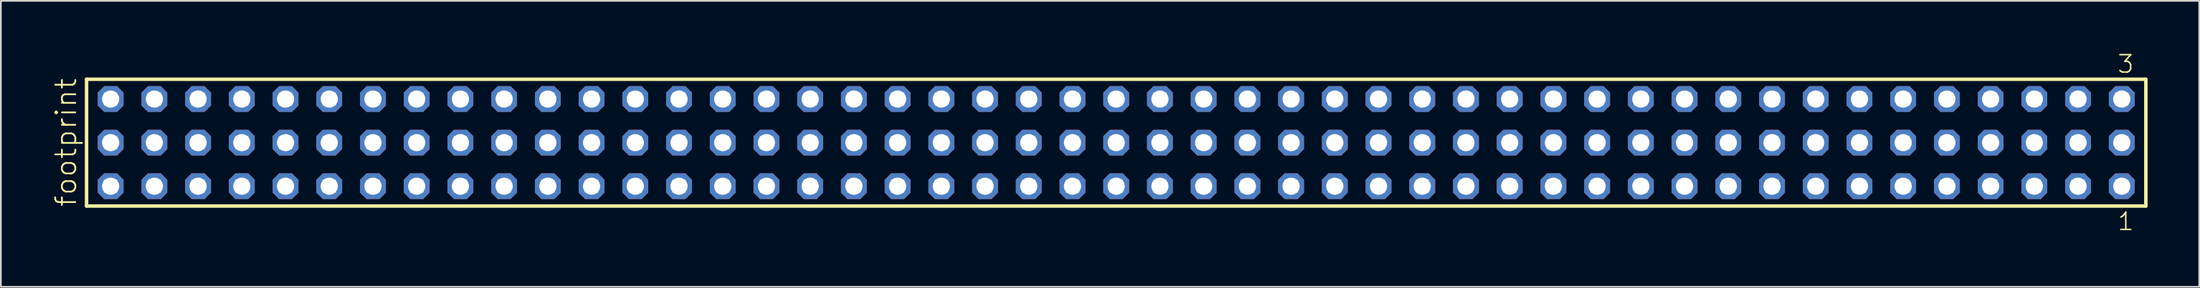
<source format=kicad_pcb>
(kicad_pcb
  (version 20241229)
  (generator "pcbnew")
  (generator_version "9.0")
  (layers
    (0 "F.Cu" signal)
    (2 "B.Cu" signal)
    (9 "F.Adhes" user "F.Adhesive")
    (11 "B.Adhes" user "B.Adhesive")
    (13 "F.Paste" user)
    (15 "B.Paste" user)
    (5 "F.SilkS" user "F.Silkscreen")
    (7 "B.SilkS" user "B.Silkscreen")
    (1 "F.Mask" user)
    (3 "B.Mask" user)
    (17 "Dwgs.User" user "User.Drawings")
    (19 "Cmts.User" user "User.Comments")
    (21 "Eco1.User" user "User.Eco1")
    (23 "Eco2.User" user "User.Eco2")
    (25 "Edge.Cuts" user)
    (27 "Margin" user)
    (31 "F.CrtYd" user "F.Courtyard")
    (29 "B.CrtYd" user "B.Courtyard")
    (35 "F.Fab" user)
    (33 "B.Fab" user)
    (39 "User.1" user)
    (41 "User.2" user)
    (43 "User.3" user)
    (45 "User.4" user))
  (footprint "footprint"
    (layer "F.Cu")
    (at 61.798 5.265)
    (property "Reference" "footprint" (at -60.325 3.81 90) (layer "F.SilkS") (effects (font (size 1.168 1.168) (thickness 0.102)) (justify left bottom)))
    (fp_line (start -59.819 -3.695) (end 59.819 -3.695) (stroke (width 0.203) (type solid)) (layer "F.SilkS"))
    (fp_line (start -59.819 3.695) (end -59.819 -3.695) (stroke (width 0.203) (type solid)) (layer "F.SilkS"))
    (fp_line (start 59.819 -3.695) (end 59.819 3.695) (stroke (width 0.203) (type solid)) (layer "F.SilkS"))
    (fp_line (start 59.819 3.695) (end -59.819 3.695) (stroke (width 0.203) (type solid)) (layer "F.SilkS"))
    (fp_poly (pts (xy -58.77 -2.19) (xy -58.07 -2.19) (xy -58.07 -2.89) (xy -58.77 -2.89)) (stroke (width 0.1) (type solid)) (fill no) (layer "F.Fab"))
    (fp_poly (pts (xy -58.77 0.35) (xy -58.07 0.35) (xy -58.07 -0.35) (xy -58.77 -0.35)) (stroke (width 0.1) (type solid)) (fill no) (layer "F.Fab"))
    (fp_poly (pts (xy -58.77 2.89) (xy -58.07 2.89) (xy -58.07 2.19) (xy -58.77 2.19)) (stroke (width 0.1) (type solid)) (fill no) (layer "F.Fab"))
    (fp_poly (pts (xy -56.23 -2.19) (xy -55.53 -2.19) (xy -55.53 -2.89) (xy -56.23 -2.89)) (stroke (width 0.1) (type solid)) (fill no) (layer "F.Fab"))
    (fp_poly (pts (xy -56.23 0.35) (xy -55.53 0.35) (xy -55.53 -0.35) (xy -56.23 -0.35)) (stroke (width 0.1) (type solid)) (fill no) (layer "F.Fab"))
    (fp_poly (pts (xy -56.23 2.89) (xy -55.53 2.89) (xy -55.53 2.19) (xy -56.23 2.19)) (stroke (width 0.1) (type solid)) (fill no) (layer "F.Fab"))
    (fp_poly (pts (xy -53.69 -2.19) (xy -52.99 -2.19) (xy -52.99 -2.89) (xy -53.69 -2.89)) (stroke (width 0.1) (type solid)) (fill no) (layer "F.Fab"))
    (fp_poly (pts (xy -53.69 0.35) (xy -52.99 0.35) (xy -52.99 -0.35) (xy -53.69 -0.35)) (stroke (width 0.1) (type solid)) (fill no) (layer "F.Fab"))
    (fp_poly (pts (xy -53.69 2.89) (xy -52.99 2.89) (xy -52.99 2.19) (xy -53.69 2.19)) (stroke (width 0.1) (type solid)) (fill no) (layer "F.Fab"))
    (fp_poly (pts (xy -51.15 -2.19) (xy -50.45 -2.19) (xy -50.45 -2.89) (xy -51.15 -2.89)) (stroke (width 0.1) (type solid)) (fill no) (layer "F.Fab"))
    (fp_poly (pts (xy -51.15 0.35) (xy -50.45 0.35) (xy -50.45 -0.35) (xy -51.15 -0.35)) (stroke (width 0.1) (type solid)) (fill no) (layer "F.Fab"))
    (fp_poly (pts (xy -51.15 2.89) (xy -50.45 2.89) (xy -50.45 2.19) (xy -51.15 2.19)) (stroke (width 0.1) (type solid)) (fill no) (layer "F.Fab"))
    (fp_poly (pts (xy -48.61 -2.19) (xy -47.91 -2.19) (xy -47.91 -2.89) (xy -48.61 -2.89)) (stroke (width 0.1) (type solid)) (fill no) (layer "F.Fab"))
    (fp_poly (pts (xy -48.61 0.35) (xy -47.91 0.35) (xy -47.91 -0.35) (xy -48.61 -0.35)) (stroke (width 0.1) (type solid)) (fill no) (layer "F.Fab"))
    (fp_poly (pts (xy -48.61 2.89) (xy -47.91 2.89) (xy -47.91 2.19) (xy -48.61 2.19)) (stroke (width 0.1) (type solid)) (fill no) (layer "F.Fab"))
    (fp_poly (pts (xy -46.07 -2.19) (xy -45.37 -2.19) (xy -45.37 -2.89) (xy -46.07 -2.89)) (stroke (width 0.1) (type solid)) (fill no) (layer "F.Fab"))
    (fp_poly (pts (xy -46.07 0.35) (xy -45.37 0.35) (xy -45.37 -0.35) (xy -46.07 -0.35)) (stroke (width 0.1) (type solid)) (fill no) (layer "F.Fab"))
    (fp_poly (pts (xy -46.07 2.89) (xy -45.37 2.89) (xy -45.37 2.19) (xy -46.07 2.19)) (stroke (width 0.1) (type solid)) (fill no) (layer "F.Fab"))
    (fp_poly (pts (xy -43.53 -2.19) (xy -42.83 -2.19) (xy -42.83 -2.89) (xy -43.53 -2.89)) (stroke (width 0.1) (type solid)) (fill no) (layer "F.Fab"))
    (fp_poly (pts (xy -43.53 0.35) (xy -42.83 0.35) (xy -42.83 -0.35) (xy -43.53 -0.35)) (stroke (width 0.1) (type solid)) (fill no) (layer "F.Fab"))
    (fp_poly (pts (xy -43.53 2.89) (xy -42.83 2.89) (xy -42.83 2.19) (xy -43.53 2.19)) (stroke (width 0.1) (type solid)) (fill no) (layer "F.Fab"))
    (fp_poly (pts (xy -40.99 -2.19) (xy -40.29 -2.19) (xy -40.29 -2.89) (xy -40.99 -2.89)) (stroke (width 0.1) (type solid)) (fill no) (layer "F.Fab"))
    (fp_poly (pts (xy -40.99 0.35) (xy -40.29 0.35) (xy -40.29 -0.35) (xy -40.99 -0.35)) (stroke (width 0.1) (type solid)) (fill no) (layer "F.Fab"))
    (fp_poly (pts (xy -40.99 2.89) (xy -40.29 2.89) (xy -40.29 2.19) (xy -40.99 2.19)) (stroke (width 0.1) (type solid)) (fill no) (layer "F.Fab"))
    (fp_poly (pts (xy -38.45 -2.19) (xy -37.75 -2.19) (xy -37.75 -2.89) (xy -38.45 -2.89)) (stroke (width 0.1) (type solid)) (fill no) (layer "F.Fab"))
    (fp_poly (pts (xy -38.45 0.35) (xy -37.75 0.35) (xy -37.75 -0.35) (xy -38.45 -0.35)) (stroke (width 0.1) (type solid)) (fill no) (layer "F.Fab"))
    (fp_poly (pts (xy -38.45 2.89) (xy -37.75 2.89) (xy -37.75 2.19) (xy -38.45 2.19)) (stroke (width 0.1) (type solid)) (fill no) (layer "F.Fab"))
    (fp_poly (pts (xy -35.91 -2.19) (xy -35.21 -2.19) (xy -35.21 -2.89) (xy -35.91 -2.89)) (stroke (width 0.1) (type solid)) (fill no) (layer "F.Fab"))
    (fp_poly (pts (xy -35.91 0.35) (xy -35.21 0.35) (xy -35.21 -0.35) (xy -35.91 -0.35)) (stroke (width 0.1) (type solid)) (fill no) (layer "F.Fab"))
    (fp_poly (pts (xy -35.91 2.89) (xy -35.21 2.89) (xy -35.21 2.19) (xy -35.91 2.19)) (stroke (width 0.1) (type solid)) (fill no) (layer "F.Fab"))
    (fp_poly (pts (xy -33.37 -2.19) (xy -32.67 -2.19) (xy -32.67 -2.89) (xy -33.37 -2.89)) (stroke (width 0.1) (type solid)) (fill no) (layer "F.Fab"))
    (fp_poly (pts (xy -33.37 0.35) (xy -32.67 0.35) (xy -32.67 -0.35) (xy -33.37 -0.35)) (stroke (width 0.1) (type solid)) (fill no) (layer "F.Fab"))
    (fp_poly (pts (xy -33.37 2.89) (xy -32.67 2.89) (xy -32.67 2.19) (xy -33.37 2.19)) (stroke (width 0.1) (type solid)) (fill no) (layer "F.Fab"))
    (fp_poly (pts (xy -30.83 -2.19) (xy -30.13 -2.19) (xy -30.13 -2.89) (xy -30.83 -2.89)) (stroke (width 0.1) (type solid)) (fill no) (layer "F.Fab"))
    (fp_poly (pts (xy -30.83 0.35) (xy -30.13 0.35) (xy -30.13 -0.35) (xy -30.83 -0.35)) (stroke (width 0.1) (type solid)) (fill no) (layer "F.Fab"))
    (fp_poly (pts (xy -30.83 2.89) (xy -30.13 2.89) (xy -30.13 2.19) (xy -30.83 2.19)) (stroke (width 0.1) (type solid)) (fill no) (layer "F.Fab"))
    (fp_poly (pts (xy -28.29 -2.19) (xy -27.59 -2.19) (xy -27.59 -2.89) (xy -28.29 -2.89)) (stroke (width 0.1) (type solid)) (fill no) (layer "F.Fab"))
    (fp_poly (pts (xy -28.29 0.35) (xy -27.59 0.35) (xy -27.59 -0.35) (xy -28.29 -0.35)) (stroke (width 0.1) (type solid)) (fill no) (layer "F.Fab"))
    (fp_poly (pts (xy -28.29 2.89) (xy -27.59 2.89) (xy -27.59 2.19) (xy -28.29 2.19)) (stroke (width 0.1) (type solid)) (fill no) (layer "F.Fab"))
    (fp_poly (pts (xy -25.75 -2.19) (xy -25.05 -2.19) (xy -25.05 -2.89) (xy -25.75 -2.89)) (stroke (width 0.1) (type solid)) (fill no) (layer "F.Fab"))
    (fp_poly (pts (xy -25.75 0.35) (xy -25.05 0.35) (xy -25.05 -0.35) (xy -25.75 -0.35)) (stroke (width 0.1) (type solid)) (fill no) (layer "F.Fab"))
    (fp_poly (pts (xy -25.75 2.89) (xy -25.05 2.89) (xy -25.05 2.19) (xy -25.75 2.19)) (stroke (width 0.1) (type solid)) (fill no) (layer "F.Fab"))
    (fp_poly (pts (xy -23.21 -2.19) (xy -22.51 -2.19) (xy -22.51 -2.89) (xy -23.21 -2.89)) (stroke (width 0.1) (type solid)) (fill no) (layer "F.Fab"))
    (fp_poly (pts (xy -23.21 0.35) (xy -22.51 0.35) (xy -22.51 -0.35) (xy -23.21 -0.35)) (stroke (width 0.1) (type solid)) (fill no) (layer "F.Fab"))
    (fp_poly (pts (xy -23.21 2.89) (xy -22.51 2.89) (xy -22.51 2.19) (xy -23.21 2.19)) (stroke (width 0.1) (type solid)) (fill no) (layer "F.Fab"))
    (fp_poly (pts (xy -20.67 -2.19) (xy -19.97 -2.19) (xy -19.97 -2.89) (xy -20.67 -2.89)) (stroke (width 0.1) (type solid)) (fill no) (layer "F.Fab"))
    (fp_poly (pts (xy -20.67 0.35) (xy -19.97 0.35) (xy -19.97 -0.35) (xy -20.67 -0.35)) (stroke (width 0.1) (type solid)) (fill no) (layer "F.Fab"))
    (fp_poly (pts (xy -20.67 2.89) (xy -19.97 2.89) (xy -19.97 2.19) (xy -20.67 2.19)) (stroke (width 0.1) (type solid)) (fill no) (layer "F.Fab"))
    (fp_poly (pts (xy -18.13 -2.19) (xy -17.43 -2.19) (xy -17.43 -2.89) (xy -18.13 -2.89)) (stroke (width 0.1) (type solid)) (fill no) (layer "F.Fab"))
    (fp_poly (pts (xy -18.13 0.35) (xy -17.43 0.35) (xy -17.43 -0.35) (xy -18.13 -0.35)) (stroke (width 0.1) (type solid)) (fill no) (layer "F.Fab"))
    (fp_poly (pts (xy -18.13 2.89) (xy -17.43 2.89) (xy -17.43 2.19) (xy -18.13 2.19)) (stroke (width 0.1) (type solid)) (fill no) (layer "F.Fab"))
    (fp_poly (pts (xy -15.59 -2.19) (xy -14.89 -2.19) (xy -14.89 -2.89) (xy -15.59 -2.89)) (stroke (width 0.1) (type solid)) (fill no) (layer "F.Fab"))
    (fp_poly (pts (xy -15.59 0.35) (xy -14.89 0.35) (xy -14.89 -0.35) (xy -15.59 -0.35)) (stroke (width 0.1) (type solid)) (fill no) (layer "F.Fab"))
    (fp_poly (pts (xy -15.59 2.89) (xy -14.89 2.89) (xy -14.89 2.19) (xy -15.59 2.19)) (stroke (width 0.1) (type solid)) (fill no) (layer "F.Fab"))
    (fp_poly (pts (xy -13.05 -2.19) (xy -12.35 -2.19) (xy -12.35 -2.89) (xy -13.05 -2.89)) (stroke (width 0.1) (type solid)) (fill no) (layer "F.Fab"))
    (fp_poly (pts (xy -13.05 0.35) (xy -12.35 0.35) (xy -12.35 -0.35) (xy -13.05 -0.35)) (stroke (width 0.1) (type solid)) (fill no) (layer "F.Fab"))
    (fp_poly (pts (xy -13.05 2.89) (xy -12.35 2.89) (xy -12.35 2.19) (xy -13.05 2.19)) (stroke (width 0.1) (type solid)) (fill no) (layer "F.Fab"))
    (fp_poly (pts (xy -10.51 -2.19) (xy -9.81 -2.19) (xy -9.81 -2.89) (xy -10.51 -2.89)) (stroke (width 0.1) (type solid)) (fill no) (layer "F.Fab"))
    (fp_poly (pts (xy -10.51 0.35) (xy -9.81 0.35) (xy -9.81 -0.35) (xy -10.51 -0.35)) (stroke (width 0.1) (type solid)) (fill no) (layer "F.Fab"))
    (fp_poly (pts (xy -10.51 2.89) (xy -9.81 2.89) (xy -9.81 2.19) (xy -10.51 2.19)) (stroke (width 0.1) (type solid)) (fill no) (layer "F.Fab"))
    (fp_poly (pts (xy -7.97 -2.19) (xy -7.27 -2.19) (xy -7.27 -2.89) (xy -7.97 -2.89)) (stroke (width 0.1) (type solid)) (fill no) (layer "F.Fab"))
    (fp_poly (pts (xy -7.97 0.35) (xy -7.27 0.35) (xy -7.27 -0.35) (xy -7.97 -0.35)) (stroke (width 0.1) (type solid)) (fill no) (layer "F.Fab"))
    (fp_poly (pts (xy -7.97 2.89) (xy -7.27 2.89) (xy -7.27 2.19) (xy -7.97 2.19)) (stroke (width 0.1) (type solid)) (fill no) (layer "F.Fab"))
    (fp_poly (pts (xy -5.43 -2.19) (xy -4.73 -2.19) (xy -4.73 -2.89) (xy -5.43 -2.89)) (stroke (width 0.1) (type solid)) (fill no) (layer "F.Fab"))
    (fp_poly (pts (xy -5.43 0.35) (xy -4.73 0.35) (xy -4.73 -0.35) (xy -5.43 -0.35)) (stroke (width 0.1) (type solid)) (fill no) (layer "F.Fab"))
    (fp_poly (pts (xy -5.43 2.89) (xy -4.73 2.89) (xy -4.73 2.19) (xy -5.43 2.19)) (stroke (width 0.1) (type solid)) (fill no) (layer "F.Fab"))
    (fp_poly (pts (xy -2.89 -2.19) (xy -2.19 -2.19) (xy -2.19 -2.89) (xy -2.89 -2.89)) (stroke (width 0.1) (type solid)) (fill no) (layer "F.Fab"))
    (fp_poly (pts (xy -2.89 0.35) (xy -2.19 0.35) (xy -2.19 -0.35) (xy -2.89 -0.35)) (stroke (width 0.1) (type solid)) (fill no) (layer "F.Fab"))
    (fp_poly (pts (xy -2.89 2.89) (xy -2.19 2.89) (xy -2.19 2.19) (xy -2.89 2.19)) (stroke (width 0.1) (type solid)) (fill no) (layer "F.Fab"))
    (fp_poly (pts (xy -0.35 -2.19) (xy 0.35 -2.19) (xy 0.35 -2.89) (xy -0.35 -2.89)) (stroke (width 0.1) (type solid)) (fill no) (layer "F.Fab"))
    (fp_poly (pts (xy -0.35 0.35) (xy 0.35 0.35) (xy 0.35 -0.35) (xy -0.35 -0.35)) (stroke (width 0.1) (type solid)) (fill no) (layer "F.Fab"))
    (fp_poly (pts (xy -0.35 2.89) (xy 0.35 2.89) (xy 0.35 2.19) (xy -0.35 2.19)) (stroke (width 0.1) (type solid)) (fill no) (layer "F.Fab"))
    (fp_poly (pts (xy 2.19 -2.19) (xy 2.89 -2.19) (xy 2.89 -2.89) (xy 2.19 -2.89)) (stroke (width 0.1) (type solid)) (fill no) (layer "F.Fab"))
    (fp_poly (pts (xy 2.19 0.35) (xy 2.89 0.35) (xy 2.89 -0.35) (xy 2.19 -0.35)) (stroke (width 0.1) (type solid)) (fill no) (layer "F.Fab"))
    (fp_poly (pts (xy 2.19 2.89) (xy 2.89 2.89) (xy 2.89 2.19) (xy 2.19 2.19)) (stroke (width 0.1) (type solid)) (fill no) (layer "F.Fab"))
    (fp_poly (pts (xy 4.73 -2.19) (xy 5.43 -2.19) (xy 5.43 -2.89) (xy 4.73 -2.89)) (stroke (width 0.1) (type solid)) (fill no) (layer "F.Fab"))
    (fp_poly (pts (xy 4.73 0.35) (xy 5.43 0.35) (xy 5.43 -0.35) (xy 4.73 -0.35)) (stroke (width 0.1) (type solid)) (fill no) (layer "F.Fab"))
    (fp_poly (pts (xy 4.73 2.89) (xy 5.43 2.89) (xy 5.43 2.19) (xy 4.73 2.19)) (stroke (width 0.1) (type solid)) (fill no) (layer "F.Fab"))
    (fp_poly (pts (xy 7.27 -2.19) (xy 7.97 -2.19) (xy 7.97 -2.89) (xy 7.27 -2.89)) (stroke (width 0.1) (type solid)) (fill no) (layer "F.Fab"))
    (fp_poly (pts (xy 7.27 0.35) (xy 7.97 0.35) (xy 7.97 -0.35) (xy 7.27 -0.35)) (stroke (width 0.1) (type solid)) (fill no) (layer "F.Fab"))
    (fp_poly (pts (xy 7.27 2.89) (xy 7.97 2.89) (xy 7.97 2.19) (xy 7.27 2.19)) (stroke (width 0.1) (type solid)) (fill no) (layer "F.Fab"))
    (fp_poly (pts (xy 9.81 -2.19) (xy 10.51 -2.19) (xy 10.51 -2.89) (xy 9.81 -2.89)) (stroke (width 0.1) (type solid)) (fill no) (layer "F.Fab"))
    (fp_poly (pts (xy 9.81 0.35) (xy 10.51 0.35) (xy 10.51 -0.35) (xy 9.81 -0.35)) (stroke (width 0.1) (type solid)) (fill no) (layer "F.Fab"))
    (fp_poly (pts (xy 9.81 2.89) (xy 10.51 2.89) (xy 10.51 2.19) (xy 9.81 2.19)) (stroke (width 0.1) (type solid)) (fill no) (layer "F.Fab"))
    (fp_poly (pts (xy 12.35 -2.19) (xy 13.05 -2.19) (xy 13.05 -2.89) (xy 12.35 -2.89)) (stroke (width 0.1) (type solid)) (fill no) (layer "F.Fab"))
    (fp_poly (pts (xy 12.35 0.35) (xy 13.05 0.35) (xy 13.05 -0.35) (xy 12.35 -0.35)) (stroke (width 0.1) (type solid)) (fill no) (layer "F.Fab"))
    (fp_poly (pts (xy 12.35 2.89) (xy 13.05 2.89) (xy 13.05 2.19) (xy 12.35 2.19)) (stroke (width 0.1) (type solid)) (fill no) (layer "F.Fab"))
    (fp_poly (pts (xy 14.89 -2.19) (xy 15.59 -2.19) (xy 15.59 -2.89) (xy 14.89 -2.89)) (stroke (width 0.1) (type solid)) (fill no) (layer "F.Fab"))
    (fp_poly (pts (xy 14.89 0.35) (xy 15.59 0.35) (xy 15.59 -0.35) (xy 14.89 -0.35)) (stroke (width 0.1) (type solid)) (fill no) (layer "F.Fab"))
    (fp_poly (pts (xy 14.89 2.89) (xy 15.59 2.89) (xy 15.59 2.19) (xy 14.89 2.19)) (stroke (width 0.1) (type solid)) (fill no) (layer "F.Fab"))
    (fp_poly (pts (xy 17.43 -2.19) (xy 18.13 -2.19) (xy 18.13 -2.89) (xy 17.43 -2.89)) (stroke (width 0.1) (type solid)) (fill no) (layer "F.Fab"))
    (fp_poly (pts (xy 17.43 0.35) (xy 18.13 0.35) (xy 18.13 -0.35) (xy 17.43 -0.35)) (stroke (width 0.1) (type solid)) (fill no) (layer "F.Fab"))
    (fp_poly (pts (xy 17.43 2.89) (xy 18.13 2.89) (xy 18.13 2.19) (xy 17.43 2.19)) (stroke (width 0.1) (type solid)) (fill no) (layer "F.Fab"))
    (fp_poly (pts (xy 19.97 -2.19) (xy 20.67 -2.19) (xy 20.67 -2.89) (xy 19.97 -2.89)) (stroke (width 0.1) (type solid)) (fill no) (layer "F.Fab"))
    (fp_poly (pts (xy 19.97 0.35) (xy 20.67 0.35) (xy 20.67 -0.35) (xy 19.97 -0.35)) (stroke (width 0.1) (type solid)) (fill no) (layer "F.Fab"))
    (fp_poly (pts (xy 19.97 2.89) (xy 20.67 2.89) (xy 20.67 2.19) (xy 19.97 2.19)) (stroke (width 0.1) (type solid)) (fill no) (layer "F.Fab"))
    (fp_poly (pts (xy 22.51 -2.19) (xy 23.21 -2.19) (xy 23.21 -2.89) (xy 22.51 -2.89)) (stroke (width 0.1) (type solid)) (fill no) (layer "F.Fab"))
    (fp_poly (pts (xy 22.51 0.35) (xy 23.21 0.35) (xy 23.21 -0.35) (xy 22.51 -0.35)) (stroke (width 0.1) (type solid)) (fill no) (layer "F.Fab"))
    (fp_poly (pts (xy 22.51 2.89) (xy 23.21 2.89) (xy 23.21 2.19) (xy 22.51 2.19)) (stroke (width 0.1) (type solid)) (fill no) (layer "F.Fab"))
    (fp_poly (pts (xy 25.05 -2.19) (xy 25.75 -2.19) (xy 25.75 -2.89) (xy 25.05 -2.89)) (stroke (width 0.1) (type solid)) (fill no) (layer "F.Fab"))
    (fp_poly (pts (xy 25.05 0.35) (xy 25.75 0.35) (xy 25.75 -0.35) (xy 25.05 -0.35)) (stroke (width 0.1) (type solid)) (fill no) (layer "F.Fab"))
    (fp_poly (pts (xy 25.05 2.89) (xy 25.75 2.89) (xy 25.75 2.19) (xy 25.05 2.19)) (stroke (width 0.1) (type solid)) (fill no) (layer "F.Fab"))
    (fp_poly (pts (xy 27.59 -2.19) (xy 28.29 -2.19) (xy 28.29 -2.89) (xy 27.59 -2.89)) (stroke (width 0.1) (type solid)) (fill no) (layer "F.Fab"))
    (fp_poly (pts (xy 27.59 0.35) (xy 28.29 0.35) (xy 28.29 -0.35) (xy 27.59 -0.35)) (stroke (width 0.1) (type solid)) (fill no) (layer "F.Fab"))
    (fp_poly (pts (xy 27.59 2.89) (xy 28.29 2.89) (xy 28.29 2.19) (xy 27.59 2.19)) (stroke (width 0.1) (type solid)) (fill no) (layer "F.Fab"))
    (fp_poly (pts (xy 30.13 -2.19) (xy 30.83 -2.19) (xy 30.83 -2.89) (xy 30.13 -2.89)) (stroke (width 0.1) (type solid)) (fill no) (layer "F.Fab"))
    (fp_poly (pts (xy 30.13 0.35) (xy 30.83 0.35) (xy 30.83 -0.35) (xy 30.13 -0.35)) (stroke (width 0.1) (type solid)) (fill no) (layer "F.Fab"))
    (fp_poly (pts (xy 30.13 2.89) (xy 30.83 2.89) (xy 30.83 2.19) (xy 30.13 2.19)) (stroke (width 0.1) (type solid)) (fill no) (layer "F.Fab"))
    (fp_poly (pts (xy 32.67 -2.19) (xy 33.37 -2.19) (xy 33.37 -2.89) (xy 32.67 -2.89)) (stroke (width 0.1) (type solid)) (fill no) (layer "F.Fab"))
    (fp_poly (pts (xy 32.67 0.35) (xy 33.37 0.35) (xy 33.37 -0.35) (xy 32.67 -0.35)) (stroke (width 0.1) (type solid)) (fill no) (layer "F.Fab"))
    (fp_poly (pts (xy 32.67 2.89) (xy 33.37 2.89) (xy 33.37 2.19) (xy 32.67 2.19)) (stroke (width 0.1) (type solid)) (fill no) (layer "F.Fab"))
    (fp_poly (pts (xy 35.21 -2.19) (xy 35.91 -2.19) (xy 35.91 -2.89) (xy 35.21 -2.89)) (stroke (width 0.1) (type solid)) (fill no) (layer "F.Fab"))
    (fp_poly (pts (xy 35.21 0.35) (xy 35.91 0.35) (xy 35.91 -0.35) (xy 35.21 -0.35)) (stroke (width 0.1) (type solid)) (fill no) (layer "F.Fab"))
    (fp_poly (pts (xy 35.21 2.89) (xy 35.91 2.89) (xy 35.91 2.19) (xy 35.21 2.19)) (stroke (width 0.1) (type solid)) (fill no) (layer "F.Fab"))
    (fp_poly (pts (xy 37.75 -2.19) (xy 38.45 -2.19) (xy 38.45 -2.89) (xy 37.75 -2.89)) (stroke (width 0.1) (type solid)) (fill no) (layer "F.Fab"))
    (fp_poly (pts (xy 37.75 0.35) (xy 38.45 0.35) (xy 38.45 -0.35) (xy 37.75 -0.35)) (stroke (width 0.1) (type solid)) (fill no) (layer "F.Fab"))
    (fp_poly (pts (xy 37.75 2.89) (xy 38.45 2.89) (xy 38.45 2.19) (xy 37.75 2.19)) (stroke (width 0.1) (type solid)) (fill no) (layer "F.Fab"))
    (fp_poly (pts (xy 40.29 -2.19) (xy 40.99 -2.19) (xy 40.99 -2.89) (xy 40.29 -2.89)) (stroke (width 0.1) (type solid)) (fill no) (layer "F.Fab"))
    (fp_poly (pts (xy 40.29 0.35) (xy 40.99 0.35) (xy 40.99 -0.35) (xy 40.29 -0.35)) (stroke (width 0.1) (type solid)) (fill no) (layer "F.Fab"))
    (fp_poly (pts (xy 40.29 2.89) (xy 40.99 2.89) (xy 40.99 2.19) (xy 40.29 2.19)) (stroke (width 0.1) (type solid)) (fill no) (layer "F.Fab"))
    (fp_poly (pts (xy 42.83 -2.19) (xy 43.53 -2.19) (xy 43.53 -2.89) (xy 42.83 -2.89)) (stroke (width 0.1) (type solid)) (fill no) (layer "F.Fab"))
    (fp_poly (pts (xy 42.83 0.35) (xy 43.53 0.35) (xy 43.53 -0.35) (xy 42.83 -0.35)) (stroke (width 0.1) (type solid)) (fill no) (layer "F.Fab"))
    (fp_poly (pts (xy 42.83 2.89) (xy 43.53 2.89) (xy 43.53 2.19) (xy 42.83 2.19)) (stroke (width 0.1) (type solid)) (fill no) (layer "F.Fab"))
    (fp_poly (pts (xy 45.37 -2.19) (xy 46.07 -2.19) (xy 46.07 -2.89) (xy 45.37 -2.89)) (stroke (width 0.1) (type solid)) (fill no) (layer "F.Fab"))
    (fp_poly (pts (xy 45.37 0.35) (xy 46.07 0.35) (xy 46.07 -0.35) (xy 45.37 -0.35)) (stroke (width 0.1) (type solid)) (fill no) (layer "F.Fab"))
    (fp_poly (pts (xy 45.37 2.89) (xy 46.07 2.89) (xy 46.07 2.19) (xy 45.37 2.19)) (stroke (width 0.1) (type solid)) (fill no) (layer "F.Fab"))
    (fp_poly (pts (xy 47.91 -2.19) (xy 48.61 -2.19) (xy 48.61 -2.89) (xy 47.91 -2.89)) (stroke (width 0.1) (type solid)) (fill no) (layer "F.Fab"))
    (fp_poly (pts (xy 47.91 0.35) (xy 48.61 0.35) (xy 48.61 -0.35) (xy 47.91 -0.35)) (stroke (width 0.1) (type solid)) (fill no) (layer "F.Fab"))
    (fp_poly (pts (xy 47.91 2.89) (xy 48.61 2.89) (xy 48.61 2.19) (xy 47.91 2.19)) (stroke (width 0.1) (type solid)) (fill no) (layer "F.Fab"))
    (fp_poly (pts (xy 50.45 -2.19) (xy 51.15 -2.19) (xy 51.15 -2.89) (xy 50.45 -2.89)) (stroke (width 0.1) (type solid)) (fill no) (layer "F.Fab"))
    (fp_poly (pts (xy 50.45 0.35) (xy 51.15 0.35) (xy 51.15 -0.35) (xy 50.45 -0.35)) (stroke (width 0.1) (type solid)) (fill no) (layer "F.Fab"))
    (fp_poly (pts (xy 50.45 2.89) (xy 51.15 2.89) (xy 51.15 2.19) (xy 50.45 2.19)) (stroke (width 0.1) (type solid)) (fill no) (layer "F.Fab"))
    (fp_poly (pts (xy 52.99 -2.19) (xy 53.69 -2.19) (xy 53.69 -2.89) (xy 52.99 -2.89)) (stroke (width 0.1) (type solid)) (fill no) (layer "F.Fab"))
    (fp_poly (pts (xy 52.99 0.35) (xy 53.69 0.35) (xy 53.69 -0.35) (xy 52.99 -0.35)) (stroke (width 0.1) (type solid)) (fill no) (layer "F.Fab"))
    (fp_poly (pts (xy 52.99 2.89) (xy 53.69 2.89) (xy 53.69 2.19) (xy 52.99 2.19)) (stroke (width 0.1) (type solid)) (fill no) (layer "F.Fab"))
    (fp_poly (pts (xy 55.53 -2.19) (xy 56.23 -2.19) (xy 56.23 -2.89) (xy 55.53 -2.89)) (stroke (width 0.1) (type solid)) (fill no) (layer "F.Fab"))
    (fp_poly (pts (xy 55.53 0.35) (xy 56.23 0.35) (xy 56.23 -0.35) (xy 55.53 -0.35)) (stroke (width 0.1) (type solid)) (fill no) (layer "F.Fab"))
    (fp_poly (pts (xy 55.53 2.89) (xy 56.23 2.89) (xy 56.23 2.19) (xy 55.53 2.19)) (stroke (width 0.1) (type solid)) (fill no) (layer "F.Fab"))
    (fp_poly (pts (xy 58.07 -2.19) (xy 58.77 -2.19) (xy 58.77 -2.89) (xy 58.07 -2.89)) (stroke (width 0.1) (type solid)) (fill no) (layer "F.Fab"))
    (fp_poly (pts (xy 58.07 0.35) (xy 58.77 0.35) (xy 58.77 -0.35) (xy 58.07 -0.35)) (stroke (width 0.1) (type solid)) (fill no) (layer "F.Fab"))
    (fp_poly (pts (xy 58.07 2.89) (xy 58.77 2.89) (xy 58.77 2.19) (xy 58.07 2.19)) (stroke (width 0.1) (type solid)) (fill no) (layer "F.Fab"))
    (fp_text user "1" (at 58.112 5.188 0) (layer "F.SilkS") (effects (font (size 1.012 1.012) (thickness 0.088)) (justify left bottom)))
    (fp_text user "3" (at 58.108 -3.989 0) (layer "F.SilkS") (effects (font (size 1.012 1.012) (thickness 0.088)) (justify left bottom)))
    (pad "1" thru_hole roundrect (at 58.42 2.54 180) (size 1.5 1.5) (drill 1) (layers "*.Cu" "*.Mask") (roundrect_rratio 0.25) (chamfer_ratio 0.25) (chamfer top_left top_right bottom_left bottom_right))
    (pad "2" thru_hole roundrect (at 58.42 0 180) (size 1.5 1.5) (drill 1) (layers "*.Cu" "*.Mask") (roundrect_rratio 0.25) (chamfer_ratio 0.25) (chamfer top_left top_right bottom_left bottom_right))
    (pad "3" thru_hole roundrect (at 58.42 -2.54 180) (size 1.5 1.5) (drill 1) (layers "*.Cu" "*.Mask") (roundrect_rratio 0.25) (chamfer_ratio 0.25) (chamfer top_left top_right bottom_left bottom_right))
    (pad "4" thru_hole roundrect (at 55.88 2.54 180) (size 1.5 1.5) (drill 1) (layers "*.Cu" "*.Mask") (roundrect_rratio 0.25) (chamfer_ratio 0.25) (chamfer top_left top_right bottom_left bottom_right))
    (pad "5" thru_hole roundrect (at 55.88 0 180) (size 1.5 1.5) (drill 1) (layers "*.Cu" "*.Mask") (roundrect_rratio 0.25) (chamfer_ratio 0.25) (chamfer top_left top_right bottom_left bottom_right))
    (pad "6" thru_hole roundrect (at 55.88 -2.54 180) (size 1.5 1.5) (drill 1) (layers "*.Cu" "*.Mask") (roundrect_rratio 0.25) (chamfer_ratio 0.25) (chamfer top_left top_right bottom_left bottom_right))
    (pad "7" thru_hole roundrect (at 53.34 2.54 180) (size 1.5 1.5) (drill 1) (layers "*.Cu" "*.Mask") (roundrect_rratio 0.25) (chamfer_ratio 0.25) (chamfer top_left top_right bottom_left bottom_right))
    (pad "8" thru_hole roundrect (at 53.34 0 180) (size 1.5 1.5) (drill 1) (layers "*.Cu" "*.Mask") (roundrect_rratio 0.25) (chamfer_ratio 0.25) (chamfer top_left top_right bottom_left bottom_right))
    (pad "9" thru_hole roundrect (at 53.34 -2.54 180) (size 1.5 1.5) (drill 1) (layers "*.Cu" "*.Mask") (roundrect_rratio 0.25) (chamfer_ratio 0.25) (chamfer top_left top_right bottom_left bottom_right))
    (pad "10" thru_hole roundrect (at 50.8 2.54 180) (size 1.5 1.5) (drill 1) (layers "*.Cu" "*.Mask") (roundrect_rratio 0.25) (chamfer_ratio 0.25) (chamfer top_left top_right bottom_left bottom_right))
    (pad "11" thru_hole roundrect (at 50.8 0 180) (size 1.5 1.5) (drill 1) (layers "*.Cu" "*.Mask") (roundrect_rratio 0.25) (chamfer_ratio 0.25) (chamfer top_left top_right bottom_left bottom_right))
    (pad "12" thru_hole roundrect (at 50.8 -2.54 180) (size 1.5 1.5) (drill 1) (layers "*.Cu" "*.Mask") (roundrect_rratio 0.25) (chamfer_ratio 0.25) (chamfer top_left top_right bottom_left bottom_right))
    (pad "13" thru_hole roundrect (at 48.26 2.54 180) (size 1.5 1.5) (drill 1) (layers "*.Cu" "*.Mask") (roundrect_rratio 0.25) (chamfer_ratio 0.25) (chamfer top_left top_right bottom_left bottom_right))
    (pad "14" thru_hole roundrect (at 48.26 0 180) (size 1.5 1.5) (drill 1) (layers "*.Cu" "*.Mask") (roundrect_rratio 0.25) (chamfer_ratio 0.25) (chamfer top_left top_right bottom_left bottom_right))
    (pad "15" thru_hole roundrect (at 48.26 -2.54 180) (size 1.5 1.5) (drill 1) (layers "*.Cu" "*.Mask") (roundrect_rratio 0.25) (chamfer_ratio 0.25) (chamfer top_left top_right bottom_left bottom_right))
    (pad "16" thru_hole roundrect (at 45.72 2.54 180) (size 1.5 1.5) (drill 1) (layers "*.Cu" "*.Mask") (roundrect_rratio 0.25) (chamfer_ratio 0.25) (chamfer top_left top_right bottom_left bottom_right))
    (pad "17" thru_hole roundrect (at 45.72 0 180) (size 1.5 1.5) (drill 1) (layers "*.Cu" "*.Mask") (roundrect_rratio 0.25) (chamfer_ratio 0.25) (chamfer top_left top_right bottom_left bottom_right))
    (pad "18" thru_hole roundrect (at 45.72 -2.54 180) (size 1.5 1.5) (drill 1) (layers "*.Cu" "*.Mask") (roundrect_rratio 0.25) (chamfer_ratio 0.25) (chamfer top_left top_right bottom_left bottom_right))
    (pad "19" thru_hole roundrect (at 43.18 2.54 180) (size 1.5 1.5) (drill 1) (layers "*.Cu" "*.Mask") (roundrect_rratio 0.25) (chamfer_ratio 0.25) (chamfer top_left top_right bottom_left bottom_right))
    (pad "20" thru_hole roundrect (at 43.18 0 180) (size 1.5 1.5) (drill 1) (layers "*.Cu" "*.Mask") (roundrect_rratio 0.25) (chamfer_ratio 0.25) (chamfer top_left top_right bottom_left bottom_right))
    (pad "21" thru_hole roundrect (at 43.18 -2.54 180) (size 1.5 1.5) (drill 1) (layers "*.Cu" "*.Mask") (roundrect_rratio 0.25) (chamfer_ratio 0.25) (chamfer top_left top_right bottom_left bottom_right))
    (pad "22" thru_hole roundrect (at 40.64 2.54 180) (size 1.5 1.5) (drill 1) (layers "*.Cu" "*.Mask") (roundrect_rratio 0.25) (chamfer_ratio 0.25) (chamfer top_left top_right bottom_left bottom_right))
    (pad "23" thru_hole roundrect (at 40.64 0 180) (size 1.5 1.5) (drill 1) (layers "*.Cu" "*.Mask") (roundrect_rratio 0.25) (chamfer_ratio 0.25) (chamfer top_left top_right bottom_left bottom_right))
    (pad "24" thru_hole roundrect (at 40.64 -2.54 180) (size 1.5 1.5) (drill 1) (layers "*.Cu" "*.Mask") (roundrect_rratio 0.25) (chamfer_ratio 0.25) (chamfer top_left top_right bottom_left bottom_right))
    (pad "25" thru_hole roundrect (at 38.1 2.54 180) (size 1.5 1.5) (drill 1) (layers "*.Cu" "*.Mask") (roundrect_rratio 0.25) (chamfer_ratio 0.25) (chamfer top_left top_right bottom_left bottom_right))
    (pad "26" thru_hole roundrect (at 38.1 0 180) (size 1.5 1.5) (drill 1) (layers "*.Cu" "*.Mask") (roundrect_rratio 0.25) (chamfer_ratio 0.25) (chamfer top_left top_right bottom_left bottom_right))
    (pad "27" thru_hole roundrect (at 38.1 -2.54 180) (size 1.5 1.5) (drill 1) (layers "*.Cu" "*.Mask") (roundrect_rratio 0.25) (chamfer_ratio 0.25) (chamfer top_left top_right bottom_left bottom_right))
    (pad "28" thru_hole roundrect (at 35.56 2.54 180) (size 1.5 1.5) (drill 1) (layers "*.Cu" "*.Mask") (roundrect_rratio 0.25) (chamfer_ratio 0.25) (chamfer top_left top_right bottom_left bottom_right))
    (pad "29" thru_hole roundrect (at 35.56 0 180) (size 1.5 1.5) (drill 1) (layers "*.Cu" "*.Mask") (roundrect_rratio 0.25) (chamfer_ratio 0.25) (chamfer top_left top_right bottom_left bottom_right))
    (pad "30" thru_hole roundrect (at 35.56 -2.54 180) (size 1.5 1.5) (drill 1) (layers "*.Cu" "*.Mask") (roundrect_rratio 0.25) (chamfer_ratio 0.25) (chamfer top_left top_right bottom_left bottom_right))
    (pad "31" thru_hole roundrect (at 33.02 2.54 180) (size 1.5 1.5) (drill 1) (layers "*.Cu" "*.Mask") (roundrect_rratio 0.25) (chamfer_ratio 0.25) (chamfer top_left top_right bottom_left bottom_right))
    (pad "32" thru_hole roundrect (at 33.02 0 180) (size 1.5 1.5) (drill 1) (layers "*.Cu" "*.Mask") (roundrect_rratio 0.25) (chamfer_ratio 0.25) (chamfer top_left top_right bottom_left bottom_right))
    (pad "33" thru_hole roundrect (at 33.02 -2.54 180) (size 1.5 1.5) (drill 1) (layers "*.Cu" "*.Mask") (roundrect_rratio 0.25) (chamfer_ratio 0.25) (chamfer top_left top_right bottom_left bottom_right))
    (pad "34" thru_hole roundrect (at 30.48 2.54 180) (size 1.5 1.5) (drill 1) (layers "*.Cu" "*.Mask") (roundrect_rratio 0.25) (chamfer_ratio 0.25) (chamfer top_left top_right bottom_left bottom_right))
    (pad "35" thru_hole roundrect (at 30.48 0 180) (size 1.5 1.5) (drill 1) (layers "*.Cu" "*.Mask") (roundrect_rratio 0.25) (chamfer_ratio 0.25) (chamfer top_left top_right bottom_left bottom_right))
    (pad "36" thru_hole roundrect (at 30.48 -2.54 180) (size 1.5 1.5) (drill 1) (layers "*.Cu" "*.Mask") (roundrect_rratio 0.25) (chamfer_ratio 0.25) (chamfer top_left top_right bottom_left bottom_right))
    (pad "37" thru_hole roundrect (at 27.94 2.54 180) (size 1.5 1.5) (drill 1) (layers "*.Cu" "*.Mask") (roundrect_rratio 0.25) (chamfer_ratio 0.25) (chamfer top_left top_right bottom_left bottom_right))
    (pad "38" thru_hole roundrect (at 27.94 0 180) (size 1.5 1.5) (drill 1) (layers "*.Cu" "*.Mask") (roundrect_rratio 0.25) (chamfer_ratio 0.25) (chamfer top_left top_right bottom_left bottom_right))
    (pad "39" thru_hole roundrect (at 27.94 -2.54 180) (size 1.5 1.5) (drill 1) (layers "*.Cu" "*.Mask") (roundrect_rratio 0.25) (chamfer_ratio 0.25) (chamfer top_left top_right bottom_left bottom_right))
    (pad "40" thru_hole roundrect (at 25.4 2.54 180) (size 1.5 1.5) (drill 1) (layers "*.Cu" "*.Mask") (roundrect_rratio 0.25) (chamfer_ratio 0.25) (chamfer top_left top_right bottom_left bottom_right))
    (pad "41" thru_hole roundrect (at 25.4 0 180) (size 1.5 1.5) (drill 1) (layers "*.Cu" "*.Mask") (roundrect_rratio 0.25) (chamfer_ratio 0.25) (chamfer top_left top_right bottom_left bottom_right))
    (pad "42" thru_hole roundrect (at 25.4 -2.54 180) (size 1.5 1.5) (drill 1) (layers "*.Cu" "*.Mask") (roundrect_rratio 0.25) (chamfer_ratio 0.25) (chamfer top_left top_right bottom_left bottom_right))
    (pad "43" thru_hole roundrect (at 22.86 2.54 180) (size 1.5 1.5) (drill 1) (layers "*.Cu" "*.Mask") (roundrect_rratio 0.25) (chamfer_ratio 0.25) (chamfer top_left top_right bottom_left bottom_right))
    (pad "44" thru_hole roundrect (at 22.86 0 180) (size 1.5 1.5) (drill 1) (layers "*.Cu" "*.Mask") (roundrect_rratio 0.25) (chamfer_ratio 0.25) (chamfer top_left top_right bottom_left bottom_right))
    (pad "45" thru_hole roundrect (at 22.86 -2.54 180) (size 1.5 1.5) (drill 1) (layers "*.Cu" "*.Mask") (roundrect_rratio 0.25) (chamfer_ratio 0.25) (chamfer top_left top_right bottom_left bottom_right))
    (pad "46" thru_hole roundrect (at 20.32 2.54 180) (size 1.5 1.5) (drill 1) (layers "*.Cu" "*.Mask") (roundrect_rratio 0.25) (chamfer_ratio 0.25) (chamfer top_left top_right bottom_left bottom_right))
    (pad "47" thru_hole roundrect (at 20.32 0 180) (size 1.5 1.5) (drill 1) (layers "*.Cu" "*.Mask") (roundrect_rratio 0.25) (chamfer_ratio 0.25) (chamfer top_left top_right bottom_left bottom_right))
    (pad "48" thru_hole roundrect (at 20.32 -2.54 180) (size 1.5 1.5) (drill 1) (layers "*.Cu" "*.Mask") (roundrect_rratio 0.25) (chamfer_ratio 0.25) (chamfer top_left top_right bottom_left bottom_right))
    (pad "49" thru_hole roundrect (at 17.78 2.54 180) (size 1.5 1.5) (drill 1) (layers "*.Cu" "*.Mask") (roundrect_rratio 0.25) (chamfer_ratio 0.25) (chamfer top_left top_right bottom_left bottom_right))
    (pad "50" thru_hole roundrect (at 17.78 0 180) (size 1.5 1.5) (drill 1) (layers "*.Cu" "*.Mask") (roundrect_rratio 0.25) (chamfer_ratio 0.25) (chamfer top_left top_right bottom_left bottom_right))
    (pad "51" thru_hole roundrect (at 17.78 -2.54 180) (size 1.5 1.5) (drill 1) (layers "*.Cu" "*.Mask") (roundrect_rratio 0.25) (chamfer_ratio 0.25) (chamfer top_left top_right bottom_left bottom_right))
    (pad "52" thru_hole roundrect (at 15.24 2.54 180) (size 1.5 1.5) (drill 1) (layers "*.Cu" "*.Mask") (roundrect_rratio 0.25) (chamfer_ratio 0.25) (chamfer top_left top_right bottom_left bottom_right))
    (pad "53" thru_hole roundrect (at 15.24 0 180) (size 1.5 1.5) (drill 1) (layers "*.Cu" "*.Mask") (roundrect_rratio 0.25) (chamfer_ratio 0.25) (chamfer top_left top_right bottom_left bottom_right))
    (pad "54" thru_hole roundrect (at 15.24 -2.54 180) (size 1.5 1.5) (drill 1) (layers "*.Cu" "*.Mask") (roundrect_rratio 0.25) (chamfer_ratio 0.25) (chamfer top_left top_right bottom_left bottom_right))
    (pad "55" thru_hole roundrect (at 12.7 2.54 180) (size 1.5 1.5) (drill 1) (layers "*.Cu" "*.Mask") (roundrect_rratio 0.25) (chamfer_ratio 0.25) (chamfer top_left top_right bottom_left bottom_right))
    (pad "56" thru_hole roundrect (at 12.7 0 180) (size 1.5 1.5) (drill 1) (layers "*.Cu" "*.Mask") (roundrect_rratio 0.25) (chamfer_ratio 0.25) (chamfer top_left top_right bottom_left bottom_right))
    (pad "57" thru_hole roundrect (at 12.7 -2.54 180) (size 1.5 1.5) (drill 1) (layers "*.Cu" "*.Mask") (roundrect_rratio 0.25) (chamfer_ratio 0.25) (chamfer top_left top_right bottom_left bottom_right))
    (pad "58" thru_hole roundrect (at 10.16 2.54 180) (size 1.5 1.5) (drill 1) (layers "*.Cu" "*.Mask") (roundrect_rratio 0.25) (chamfer_ratio 0.25) (chamfer top_left top_right bottom_left bottom_right))
    (pad "59" thru_hole roundrect (at 10.16 0 180) (size 1.5 1.5) (drill 1) (layers "*.Cu" "*.Mask") (roundrect_rratio 0.25) (chamfer_ratio 0.25) (chamfer top_left top_right bottom_left bottom_right))
    (pad "60" thru_hole roundrect (at 10.16 -2.54 180) (size 1.5 1.5) (drill 1) (layers "*.Cu" "*.Mask") (roundrect_rratio 0.25) (chamfer_ratio 0.25) (chamfer top_left top_right bottom_left bottom_right))
    (pad "61" thru_hole roundrect (at 7.62 2.54 180) (size 1.5 1.5) (drill 1) (layers "*.Cu" "*.Mask") (roundrect_rratio 0.25) (chamfer_ratio 0.25) (chamfer top_left top_right bottom_left bottom_right))
    (pad "62" thru_hole roundrect (at 7.62 0 180) (size 1.5 1.5) (drill 1) (layers "*.Cu" "*.Mask") (roundrect_rratio 0.25) (chamfer_ratio 0.25) (chamfer top_left top_right bottom_left bottom_right))
    (pad "63" thru_hole roundrect (at 7.62 -2.54 180) (size 1.5 1.5) (drill 1) (layers "*.Cu" "*.Mask") (roundrect_rratio 0.25) (chamfer_ratio 0.25) (chamfer top_left top_right bottom_left bottom_right))
    (pad "64" thru_hole roundrect (at 5.08 2.54 180) (size 1.5 1.5) (drill 1) (layers "*.Cu" "*.Mask") (roundrect_rratio 0.25) (chamfer_ratio 0.25) (chamfer top_left top_right bottom_left bottom_right))
    (pad "65" thru_hole roundrect (at 5.08 0 180) (size 1.5 1.5) (drill 1) (layers "*.Cu" "*.Mask") (roundrect_rratio 0.25) (chamfer_ratio 0.25) (chamfer top_left top_right bottom_left bottom_right))
    (pad "66" thru_hole roundrect (at 5.08 -2.54 180) (size 1.5 1.5) (drill 1) (layers "*.Cu" "*.Mask") (roundrect_rratio 0.25) (chamfer_ratio 0.25) (chamfer top_left top_right bottom_left bottom_right))
    (pad "67" thru_hole roundrect (at 2.54 2.54 180) (size 1.5 1.5) (drill 1) (layers "*.Cu" "*.Mask") (roundrect_rratio 0.25) (chamfer_ratio 0.25) (chamfer top_left top_right bottom_left bottom_right))
    (pad "68" thru_hole roundrect (at 2.54 0 180) (size 1.5 1.5) (drill 1) (layers "*.Cu" "*.Mask") (roundrect_rratio 0.25) (chamfer_ratio 0.25) (chamfer top_left top_right bottom_left bottom_right))
    (pad "69" thru_hole roundrect (at 2.54 -2.54 180) (size 1.5 1.5) (drill 1) (layers "*.Cu" "*.Mask") (roundrect_rratio 0.25) (chamfer_ratio 0.25) (chamfer top_left top_right bottom_left bottom_right))
    (pad "70" thru_hole roundrect (at 0 2.54 180) (size 1.5 1.5) (drill 1) (layers "*.Cu" "*.Mask") (roundrect_rratio 0.25) (chamfer_ratio 0.25) (chamfer top_left top_right bottom_left bottom_right))
    (pad "71" thru_hole roundrect (at 0 0 180) (size 1.5 1.5) (drill 1) (layers "*.Cu" "*.Mask") (roundrect_rratio 0.25) (chamfer_ratio 0.25) (chamfer top_left top_right bottom_left bottom_right))
    (pad "72" thru_hole roundrect (at 0 -2.54 180) (size 1.5 1.5) (drill 1) (layers "*.Cu" "*.Mask") (roundrect_rratio 0.25) (chamfer_ratio 0.25) (chamfer top_left top_right bottom_left bottom_right))
    (pad "73" thru_hole roundrect (at -2.54 2.54 180) (size 1.5 1.5) (drill 1) (layers "*.Cu" "*.Mask") (roundrect_rratio 0.25) (chamfer_ratio 0.25) (chamfer top_left top_right bottom_left bottom_right))
    (pad "74" thru_hole roundrect (at -2.54 0 180) (size 1.5 1.5) (drill 1) (layers "*.Cu" "*.Mask") (roundrect_rratio 0.25) (chamfer_ratio 0.25) (chamfer top_left top_right bottom_left bottom_right))
    (pad "75" thru_hole roundrect (at -2.54 -2.54 180) (size 1.5 1.5) (drill 1) (layers "*.Cu" "*.Mask") (roundrect_rratio 0.25) (chamfer_ratio 0.25) (chamfer top_left top_right bottom_left bottom_right))
    (pad "76" thru_hole roundrect (at -5.08 2.54 180) (size 1.5 1.5) (drill 1) (layers "*.Cu" "*.Mask") (roundrect_rratio 0.25) (chamfer_ratio 0.25) (chamfer top_left top_right bottom_left bottom_right))
    (pad "77" thru_hole roundrect (at -5.08 0 180) (size 1.5 1.5) (drill 1) (layers "*.Cu" "*.Mask") (roundrect_rratio 0.25) (chamfer_ratio 0.25) (chamfer top_left top_right bottom_left bottom_right))
    (pad "78" thru_hole roundrect (at -5.08 -2.54 180) (size 1.5 1.5) (drill 1) (layers "*.Cu" "*.Mask") (roundrect_rratio 0.25) (chamfer_ratio 0.25) (chamfer top_left top_right bottom_left bottom_right))
    (pad "79" thru_hole roundrect (at -7.62 2.54 180) (size 1.5 1.5) (drill 1) (layers "*.Cu" "*.Mask") (roundrect_rratio 0.25) (chamfer_ratio 0.25) (chamfer top_left top_right bottom_left bottom_right))
    (pad "80" thru_hole roundrect (at -7.62 0 180) (size 1.5 1.5) (drill 1) (layers "*.Cu" "*.Mask") (roundrect_rratio 0.25) (chamfer_ratio 0.25) (chamfer top_left top_right bottom_left bottom_right))
    (pad "81" thru_hole roundrect (at -7.62 -2.54 180) (size 1.5 1.5) (drill 1) (layers "*.Cu" "*.Mask") (roundrect_rratio 0.25) (chamfer_ratio 0.25) (chamfer top_left top_right bottom_left bottom_right))
    (pad "82" thru_hole roundrect (at -10.16 2.54 180) (size 1.5 1.5) (drill 1) (layers "*.Cu" "*.Mask") (roundrect_rratio 0.25) (chamfer_ratio 0.25) (chamfer top_left top_right bottom_left bottom_right))
    (pad "83" thru_hole roundrect (at -10.16 0 180) (size 1.5 1.5) (drill 1) (layers "*.Cu" "*.Mask") (roundrect_rratio 0.25) (chamfer_ratio 0.25) (chamfer top_left top_right bottom_left bottom_right))
    (pad "84" thru_hole roundrect (at -10.16 -2.54 180) (size 1.5 1.5) (drill 1) (layers "*.Cu" "*.Mask") (roundrect_rratio 0.25) (chamfer_ratio 0.25) (chamfer top_left top_right bottom_left bottom_right))
    (pad "85" thru_hole roundrect (at -12.7 2.54 180) (size 1.5 1.5) (drill 1) (layers "*.Cu" "*.Mask") (roundrect_rratio 0.25) (chamfer_ratio 0.25) (chamfer top_left top_right bottom_left bottom_right))
    (pad "86" thru_hole roundrect (at -12.7 0 180) (size 1.5 1.5) (drill 1) (layers "*.Cu" "*.Mask") (roundrect_rratio 0.25) (chamfer_ratio 0.25) (chamfer top_left top_right bottom_left bottom_right))
    (pad "87" thru_hole roundrect (at -12.7 -2.54 180) (size 1.5 1.5) (drill 1) (layers "*.Cu" "*.Mask") (roundrect_rratio 0.25) (chamfer_ratio 0.25) (chamfer top_left top_right bottom_left bottom_right))
    (pad "88" thru_hole roundrect (at -15.24 2.54 180) (size 1.5 1.5) (drill 1) (layers "*.Cu" "*.Mask") (roundrect_rratio 0.25) (chamfer_ratio 0.25) (chamfer top_left top_right bottom_left bottom_right))
    (pad "89" thru_hole roundrect (at -15.24 0 180) (size 1.5 1.5) (drill 1) (layers "*.Cu" "*.Mask") (roundrect_rratio 0.25) (chamfer_ratio 0.25) (chamfer top_left top_right bottom_left bottom_right))
    (pad "90" thru_hole roundrect (at -15.24 -2.54 180) (size 1.5 1.5) (drill 1) (layers "*.Cu" "*.Mask") (roundrect_rratio 0.25) (chamfer_ratio 0.25) (chamfer top_left top_right bottom_left bottom_right))
    (pad "91" thru_hole roundrect (at -17.78 2.54 180) (size 1.5 1.5) (drill 1) (layers "*.Cu" "*.Mask") (roundrect_rratio 0.25) (chamfer_ratio 0.25) (chamfer top_left top_right bottom_left bottom_right))
    (pad "92" thru_hole roundrect (at -17.78 0 180) (size 1.5 1.5) (drill 1) (layers "*.Cu" "*.Mask") (roundrect_rratio 0.25) (chamfer_ratio 0.25) (chamfer top_left top_right bottom_left bottom_right))
    (pad "93" thru_hole roundrect (at -17.78 -2.54 180) (size 1.5 1.5) (drill 1) (layers "*.Cu" "*.Mask") (roundrect_rratio 0.25) (chamfer_ratio 0.25) (chamfer top_left top_right bottom_left bottom_right))
    (pad "94" thru_hole roundrect (at -20.32 2.54 180) (size 1.5 1.5) (drill 1) (layers "*.Cu" "*.Mask") (roundrect_rratio 0.25) (chamfer_ratio 0.25) (chamfer top_left top_right bottom_left bottom_right))
    (pad "95" thru_hole roundrect (at -20.32 0 180) (size 1.5 1.5) (drill 1) (layers "*.Cu" "*.Mask") (roundrect_rratio 0.25) (chamfer_ratio 0.25) (chamfer top_left top_right bottom_left bottom_right))
    (pad "96" thru_hole roundrect (at -20.32 -2.54 180) (size 1.5 1.5) (drill 1) (layers "*.Cu" "*.Mask") (roundrect_rratio 0.25) (chamfer_ratio 0.25) (chamfer top_left top_right bottom_left bottom_right))
    (pad "97" thru_hole roundrect (at -22.86 2.54 180) (size 1.5 1.5) (drill 1) (layers "*.Cu" "*.Mask") (roundrect_rratio 0.25) (chamfer_ratio 0.25) (chamfer top_left top_right bottom_left bottom_right))
    (pad "98" thru_hole roundrect (at -22.86 0 180) (size 1.5 1.5) (drill 1) (layers "*.Cu" "*.Mask") (roundrect_rratio 0.25) (chamfer_ratio 0.25) (chamfer top_left top_right bottom_left bottom_right))
    (pad "99" thru_hole roundrect (at -22.86 -2.54 180) (size 1.5 1.5) (drill 1) (layers "*.Cu" "*.Mask") (roundrect_rratio 0.25) (chamfer_ratio 0.25) (chamfer top_left top_right bottom_left bottom_right))
    (pad "100" thru_hole roundrect (at -25.4 2.54 180) (size 1.5 1.5) (drill 1) (layers "*.Cu" "*.Mask") (roundrect_rratio 0.25) (chamfer_ratio 0.25) (chamfer top_left top_right bottom_left bottom_right))
    (pad "101" thru_hole roundrect (at -25.4 0 180) (size 1.5 1.5) (drill 1) (layers "*.Cu" "*.Mask") (roundrect_rratio 0.25) (chamfer_ratio 0.25) (chamfer top_left top_right bottom_left bottom_right))
    (pad "102" thru_hole roundrect (at -25.4 -2.54 180) (size 1.5 1.5) (drill 1) (layers "*.Cu" "*.Mask") (roundrect_rratio 0.25) (chamfer_ratio 0.25) (chamfer top_left top_right bottom_left bottom_right))
    (pad "103" thru_hole roundrect (at -27.94 2.54 180) (size 1.5 1.5) (drill 1) (layers "*.Cu" "*.Mask") (roundrect_rratio 0.25) (chamfer_ratio 0.25) (chamfer top_left top_right bottom_left bottom_right))
    (pad "104" thru_hole roundrect (at -27.94 0 180) (size 1.5 1.5) (drill 1) (layers "*.Cu" "*.Mask") (roundrect_rratio 0.25) (chamfer_ratio 0.25) (chamfer top_left top_right bottom_left bottom_right))
    (pad "105" thru_hole roundrect (at -27.94 -2.54 180) (size 1.5 1.5) (drill 1) (layers "*.Cu" "*.Mask") (roundrect_rratio 0.25) (chamfer_ratio 0.25) (chamfer top_left top_right bottom_left bottom_right))
    (pad "106" thru_hole roundrect (at -30.48 2.54 180) (size 1.5 1.5) (drill 1) (layers "*.Cu" "*.Mask") (roundrect_rratio 0.25) (chamfer_ratio 0.25) (chamfer top_left top_right bottom_left bottom_right))
    (pad "107" thru_hole roundrect (at -30.48 0 180) (size 1.5 1.5) (drill 1) (layers "*.Cu" "*.Mask") (roundrect_rratio 0.25) (chamfer_ratio 0.25) (chamfer top_left top_right bottom_left bottom_right))
    (pad "108" thru_hole roundrect (at -30.48 -2.54 180) (size 1.5 1.5) (drill 1) (layers "*.Cu" "*.Mask") (roundrect_rratio 0.25) (chamfer_ratio 0.25) (chamfer top_left top_right bottom_left bottom_right))
    (pad "109" thru_hole roundrect (at -33.02 2.54 180) (size 1.5 1.5) (drill 1) (layers "*.Cu" "*.Mask") (roundrect_rratio 0.25) (chamfer_ratio 0.25) (chamfer top_left top_right bottom_left bottom_right))
    (pad "110" thru_hole roundrect (at -33.02 0 180) (size 1.5 1.5) (drill 1) (layers "*.Cu" "*.Mask") (roundrect_rratio 0.25) (chamfer_ratio 0.25) (chamfer top_left top_right bottom_left bottom_right))
    (pad "111" thru_hole roundrect (at -33.02 -2.54 180) (size 1.5 1.5) (drill 1) (layers "*.Cu" "*.Mask") (roundrect_rratio 0.25) (chamfer_ratio 0.25) (chamfer top_left top_right bottom_left bottom_right))
    (pad "112" thru_hole roundrect (at -35.56 2.54 180) (size 1.5 1.5) (drill 1) (layers "*.Cu" "*.Mask") (roundrect_rratio 0.25) (chamfer_ratio 0.25) (chamfer top_left top_right bottom_left bottom_right))
    (pad "113" thru_hole roundrect (at -35.56 0 180) (size 1.5 1.5) (drill 1) (layers "*.Cu" "*.Mask") (roundrect_rratio 0.25) (chamfer_ratio 0.25) (chamfer top_left top_right bottom_left bottom_right))
    (pad "114" thru_hole roundrect (at -35.56 -2.54 180) (size 1.5 1.5) (drill 1) (layers "*.Cu" "*.Mask") (roundrect_rratio 0.25) (chamfer_ratio 0.25) (chamfer top_left top_right bottom_left bottom_right))
    (pad "115" thru_hole roundrect (at -38.1 2.54 180) (size 1.5 1.5) (drill 1) (layers "*.Cu" "*.Mask") (roundrect_rratio 0.25) (chamfer_ratio 0.25) (chamfer top_left top_right bottom_left bottom_right))
    (pad "116" thru_hole roundrect (at -38.1 0 180) (size 1.5 1.5) (drill 1) (layers "*.Cu" "*.Mask") (roundrect_rratio 0.25) (chamfer_ratio 0.25) (chamfer top_left top_right bottom_left bottom_right))
    (pad "117" thru_hole roundrect (at -38.1 -2.54 180) (size 1.5 1.5) (drill 1) (layers "*.Cu" "*.Mask") (roundrect_rratio 0.25) (chamfer_ratio 0.25) (chamfer top_left top_right bottom_left bottom_right))
    (pad "118" thru_hole roundrect (at -40.64 2.54 180) (size 1.5 1.5) (drill 1) (layers "*.Cu" "*.Mask") (roundrect_rratio 0.25) (chamfer_ratio 0.25) (chamfer top_left top_right bottom_left bottom_right))
    (pad "119" thru_hole roundrect (at -40.64 0 180) (size 1.5 1.5) (drill 1) (layers "*.Cu" "*.Mask") (roundrect_rratio 0.25) (chamfer_ratio 0.25) (chamfer top_left top_right bottom_left bottom_right))
    (pad "120" thru_hole roundrect (at -40.64 -2.54 180) (size 1.5 1.5) (drill 1) (layers "*.Cu" "*.Mask") (roundrect_rratio 0.25) (chamfer_ratio 0.25) (chamfer top_left top_right bottom_left bottom_right))
    (pad "121" thru_hole roundrect (at -43.18 2.54 180) (size 1.5 1.5) (drill 1) (layers "*.Cu" "*.Mask") (roundrect_rratio 0.25) (chamfer_ratio 0.25) (chamfer top_left top_right bottom_left bottom_right))
    (pad "122" thru_hole roundrect (at -43.18 0 180) (size 1.5 1.5) (drill 1) (layers "*.Cu" "*.Mask") (roundrect_rratio 0.25) (chamfer_ratio 0.25) (chamfer top_left top_right bottom_left bottom_right))
    (pad "123" thru_hole roundrect (at -43.18 -2.54 180) (size 1.5 1.5) (drill 1) (layers "*.Cu" "*.Mask") (roundrect_rratio 0.25) (chamfer_ratio 0.25) (chamfer top_left top_right bottom_left bottom_right))
    (pad "124" thru_hole roundrect (at -45.72 2.54 180) (size 1.5 1.5) (drill 1) (layers "*.Cu" "*.Mask") (roundrect_rratio 0.25) (chamfer_ratio 0.25) (chamfer top_left top_right bottom_left bottom_right))
    (pad "125" thru_hole roundrect (at -45.72 0 180) (size 1.5 1.5) (drill 1) (layers "*.Cu" "*.Mask") (roundrect_rratio 0.25) (chamfer_ratio 0.25) (chamfer top_left top_right bottom_left bottom_right))
    (pad "126" thru_hole roundrect (at -45.72 -2.54 180) (size 1.5 1.5) (drill 1) (layers "*.Cu" "*.Mask") (roundrect_rratio 0.25) (chamfer_ratio 0.25) (chamfer top_left top_right bottom_left bottom_right))
    (pad "127" thru_hole roundrect (at -48.26 2.54 180) (size 1.5 1.5) (drill 1) (layers "*.Cu" "*.Mask") (roundrect_rratio 0.25) (chamfer_ratio 0.25) (chamfer top_left top_right bottom_left bottom_right))
    (pad "128" thru_hole roundrect (at -48.26 0 180) (size 1.5 1.5) (drill 1) (layers "*.Cu" "*.Mask") (roundrect_rratio 0.25) (chamfer_ratio 0.25) (chamfer top_left top_right bottom_left bottom_right))
    (pad "129" thru_hole roundrect (at -48.26 -2.54 180) (size 1.5 1.5) (drill 1) (layers "*.Cu" "*.Mask") (roundrect_rratio 0.25) (chamfer_ratio 0.25) (chamfer top_left top_right bottom_left bottom_right))
    (pad "130" thru_hole roundrect (at -50.8 2.54 180) (size 1.5 1.5) (drill 1) (layers "*.Cu" "*.Mask") (roundrect_rratio 0.25) (chamfer_ratio 0.25) (chamfer top_left top_right bottom_left bottom_right))
    (pad "131" thru_hole roundrect (at -50.8 0 180) (size 1.5 1.5) (drill 1) (layers "*.Cu" "*.Mask") (roundrect_rratio 0.25) (chamfer_ratio 0.25) (chamfer top_left top_right bottom_left bottom_right))
    (pad "132" thru_hole roundrect (at -50.8 -2.54 180) (size 1.5 1.5) (drill 1) (layers "*.Cu" "*.Mask") (roundrect_rratio 0.25) (chamfer_ratio 0.25) (chamfer top_left top_right bottom_left bottom_right))
    (pad "133" thru_hole roundrect (at -53.34 2.54 180) (size 1.5 1.5) (drill 1) (layers "*.Cu" "*.Mask") (roundrect_rratio 0.25) (chamfer_ratio 0.25) (chamfer top_left top_right bottom_left bottom_right))
    (pad "134" thru_hole roundrect (at -53.34 0 180) (size 1.5 1.5) (drill 1) (layers "*.Cu" "*.Mask") (roundrect_rratio 0.25) (chamfer_ratio 0.25) (chamfer top_left top_right bottom_left bottom_right))
    (pad "135" thru_hole roundrect (at -53.34 -2.54 180) (size 1.5 1.5) (drill 1) (layers "*.Cu" "*.Mask") (roundrect_rratio 0.25) (chamfer_ratio 0.25) (chamfer top_left top_right bottom_left bottom_right))
    (pad "136" thru_hole roundrect (at -55.88 2.54 180) (size 1.5 1.5) (drill 1) (layers "*.Cu" "*.Mask") (roundrect_rratio 0.25) (chamfer_ratio 0.25) (chamfer top_left top_right bottom_left bottom_right))
    (pad "137" thru_hole roundrect (at -55.88 0 180) (size 1.5 1.5) (drill 1) (layers "*.Cu" "*.Mask") (roundrect_rratio 0.25) (chamfer_ratio 0.25) (chamfer top_left top_right bottom_left bottom_right))
    (pad "138" thru_hole roundrect (at -55.88 -2.54 180) (size 1.5 1.5) (drill 1) (layers "*.Cu" "*.Mask") (roundrect_rratio 0.25) (chamfer_ratio 0.25) (chamfer top_left top_right bottom_left bottom_right))
    (pad "139" thru_hole roundrect (at -58.42 2.54 180) (size 1.5 1.5) (drill 1) (layers "*.Cu" "*.Mask") (roundrect_rratio 0.25) (chamfer_ratio 0.25) (chamfer top_left top_right bottom_left bottom_right))
    (pad "140" thru_hole roundrect (at -58.42 0 180) (size 1.5 1.5) (drill 1) (layers "*.Cu" "*.Mask") (roundrect_rratio 0.25) (chamfer_ratio 0.25) (chamfer top_left top_right bottom_left bottom_right))
    (pad "141" thru_hole roundrect (at -58.42 -2.54 180) (size 1.5 1.5) (drill 1) (layers "*.Cu" "*.Mask") (roundrect_rratio 0.25) (chamfer_ratio 0.25) (chamfer top_left top_right bottom_left bottom_right)))
  (gr_rect
    (start -3 -3)
    (end 124.719 13.67)
    (stroke (width 0.1) (type default))
    (fill no)
    (layer "Edge.Cuts")))
</source>
